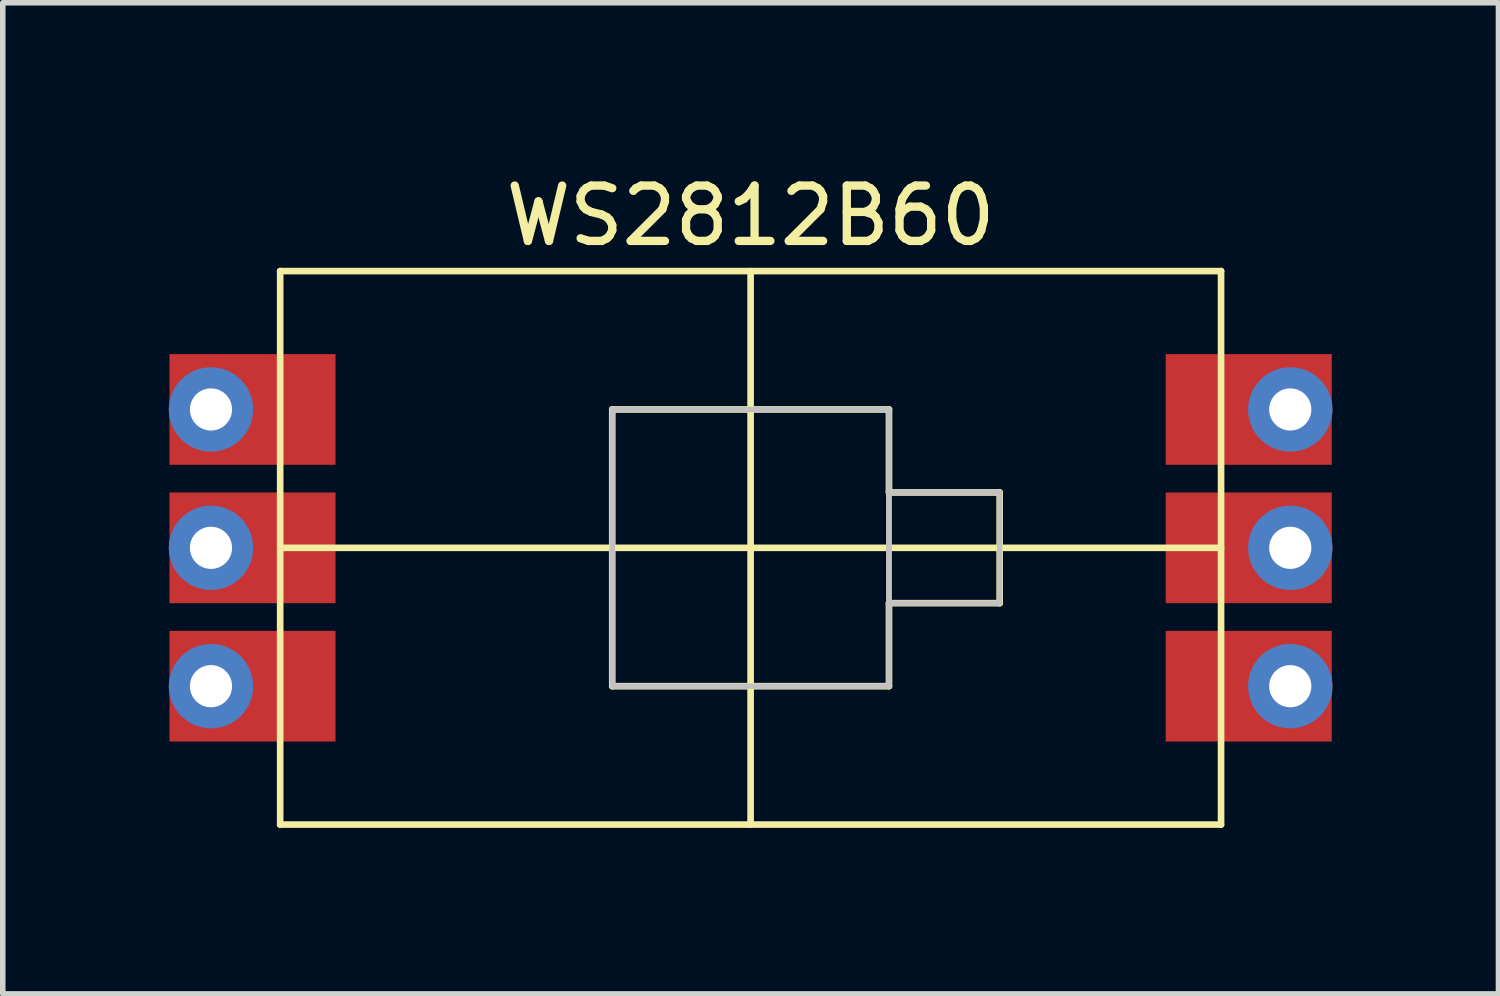
<source format=kicad_pcb>
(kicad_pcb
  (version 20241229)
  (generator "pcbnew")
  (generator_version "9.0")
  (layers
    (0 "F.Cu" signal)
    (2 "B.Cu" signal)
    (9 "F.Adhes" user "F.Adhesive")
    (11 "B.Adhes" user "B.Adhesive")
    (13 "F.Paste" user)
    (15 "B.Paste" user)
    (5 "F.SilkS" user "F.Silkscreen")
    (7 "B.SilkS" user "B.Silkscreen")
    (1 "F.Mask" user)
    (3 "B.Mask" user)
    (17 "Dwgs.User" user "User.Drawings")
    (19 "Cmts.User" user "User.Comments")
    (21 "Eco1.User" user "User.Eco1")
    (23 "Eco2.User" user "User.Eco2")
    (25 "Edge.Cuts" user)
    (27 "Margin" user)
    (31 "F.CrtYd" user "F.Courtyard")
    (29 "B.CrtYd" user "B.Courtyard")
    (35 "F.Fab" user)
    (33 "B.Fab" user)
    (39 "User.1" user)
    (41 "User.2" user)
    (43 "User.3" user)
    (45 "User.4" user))
  (footprint "WS2812B60"
    (layer "F.Cu")
    (at 10.512 6.848)
    (property "Reference" "WS2812B60" (at 0 -6 0) (layer "F.SilkS") (effects (font (size 1 1) (thickness 0.15))))
    (attr through_hole)
    (fp_line (start -8.5 -5) (end 8.5 -5) (stroke (width 0.12) (type solid)) (layer "F.SilkS"))
    (fp_line (start -8.5 5) (end -8.5 -5) (stroke (width 0.12) (type solid)) (layer "F.SilkS"))
    (fp_line (start -2.5 -2.5) (end -2.5 2.5) (stroke (width 0.12) (type solid)) (layer "F.SilkS"))
    (fp_line (start -2.5 2.5) (end 2.5 2.5) (stroke (width 0.12) (type solid)) (layer "F.SilkS"))
    (fp_line (start 0 -5) (end 0 5) (stroke (width 0.12) (type solid)) (layer "F.SilkS"))
    (fp_line (start 2.5 -2.5) (end -2.5 -2.5) (stroke (width 0.12) (type solid)) (layer "F.SilkS"))
    (fp_line (start 2.5 -1) (end 2.5 -2.5) (stroke (width 0.12) (type solid)) (layer "F.SilkS"))
    (fp_line (start 2.5 1) (end 4.5 1) (stroke (width 0.12) (type solid)) (layer "F.SilkS"))
    (fp_line (start 2.5 2.5) (end 2.5 1) (stroke (width 0.12) (type solid)) (layer "F.SilkS"))
    (fp_line (start 4.5 -1) (end 2.5 -1) (stroke (width 0.12) (type solid)) (layer "F.SilkS"))
    (fp_line (start 4.5 1) (end 4.5 -1) (stroke (width 0.12) (type solid)) (layer "F.SilkS"))
    (fp_line (start 8.5 -5) (end 8.5 5) (stroke (width 0.12) (type solid)) (layer "F.SilkS"))
    (fp_line (start 8.5 0) (end -8.5 0) (stroke (width 0.12) (type solid)) (layer "F.SilkS"))
    (fp_line (start 8.5 5) (end -8.5 5) (stroke (width 0.12) (type solid)) (layer "F.SilkS"))
    (fp_poly (pts (xy 2.5 2.5) (xy -2.5 2.5) (xy -2.5 -2.5) (xy 2.5 -2.5)) (stroke (width 0.1) (type solid)) (fill no) (layer "Dwgs.User"))
    (fp_poly (pts (xy 4.5 1) (xy 2.5 1) (xy 2.5 -1) (xy 4.5 -1)) (stroke (width 0.1) (type solid)) (fill no) (layer "Dwgs.User"))
    (pad "1" thru_hole circle (at -9.75 -2.5) (size 1.524 1.524) (drill 0.762) (layers "*.Cu" "*.Mask"))
    (pad "1" smd rect (at -9 -2.5) (size 3 2) (layers "F.Cu" "F.Mask" "F.Paste"))
    (pad "2" thru_hole circle (at -9.75 0) (size 1.524 1.524) (drill 0.762) (layers "*.Cu" "*.Mask"))
    (pad "2" smd rect (at -9 0) (size 3 2) (layers "F.Cu" "F.Mask" "F.Paste"))
    (pad "3" thru_hole circle (at -9.75 2.5) (size 1.524 1.524) (drill 0.762) (layers "*.Cu" "*.Mask"))
    (pad "3" smd rect (at -9 2.5) (size 3 2) (layers "F.Cu" "F.Mask" "F.Paste"))
    (pad "4" smd rect (at 9 2.5) (size 3 2) (layers "F.Cu" "F.Mask" "F.Paste"))
    (pad "4" thru_hole circle (at 9.75 2.5) (size 1.524 1.524) (drill 0.762) (layers "*.Cu" "*.Mask"))
    (pad "5" smd rect (at 9 0) (size 3 2) (layers "F.Cu" "F.Mask" "F.Paste"))
    (pad "5" thru_hole circle (at 9.75 0) (size 1.524 1.524) (drill 0.762) (layers "*.Cu" "*.Mask"))
    (pad "6" smd rect (at 9 -2.5) (size 3 2) (layers "F.Cu" "F.Mask" "F.Paste"))
    (pad "6" thru_hole circle (at 9.75 -2.5) (size 1.524 1.524) (drill 0.762) (layers "*.Cu" "*.Mask")))
  (gr_rect
    (start -3 -3)
    (end 24.024 14.908)
    (stroke (width 0.1) (type default))
    (fill no)
    (layer "Edge.Cuts")))
</source>
